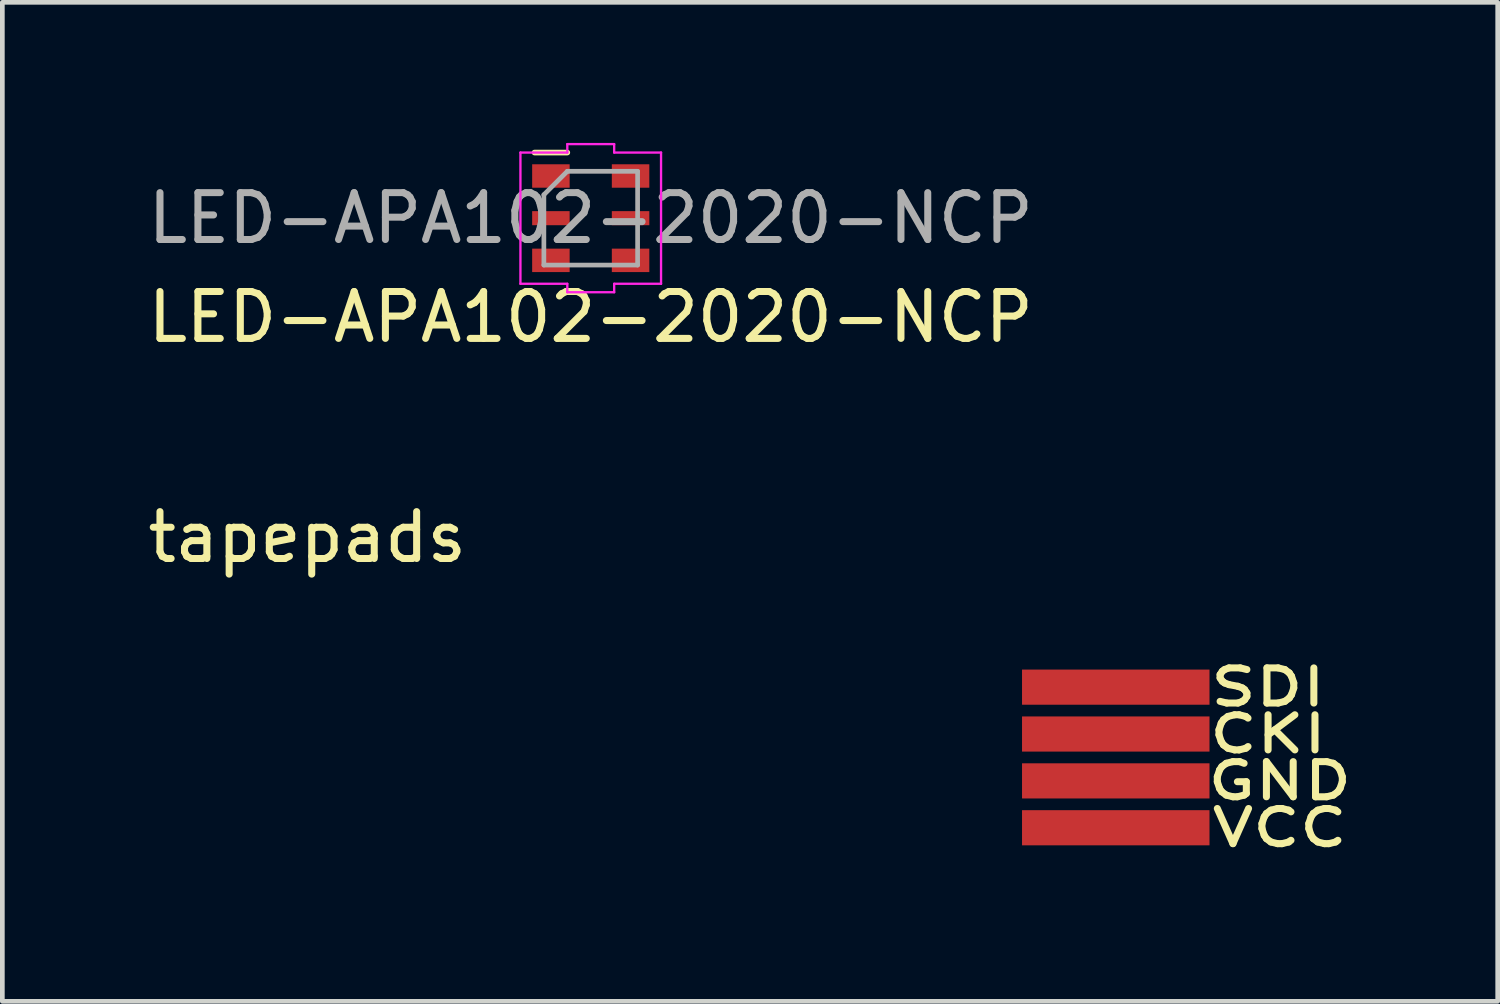
<source format=kicad_pcb>
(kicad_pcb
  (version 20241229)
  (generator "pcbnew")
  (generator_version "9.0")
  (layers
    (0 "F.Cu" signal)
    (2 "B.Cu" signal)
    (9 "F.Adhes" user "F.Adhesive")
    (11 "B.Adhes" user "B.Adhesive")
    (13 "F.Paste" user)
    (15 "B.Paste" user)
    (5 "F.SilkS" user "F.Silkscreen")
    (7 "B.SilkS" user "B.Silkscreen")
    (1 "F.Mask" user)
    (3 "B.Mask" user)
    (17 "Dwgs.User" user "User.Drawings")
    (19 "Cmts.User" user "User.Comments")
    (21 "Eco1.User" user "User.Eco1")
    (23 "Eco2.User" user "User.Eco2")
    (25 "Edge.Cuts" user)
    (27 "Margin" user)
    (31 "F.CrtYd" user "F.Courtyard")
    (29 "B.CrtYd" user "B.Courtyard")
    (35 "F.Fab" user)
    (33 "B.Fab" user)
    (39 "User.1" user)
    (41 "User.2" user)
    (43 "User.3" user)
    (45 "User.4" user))
  (footprint "tapepads"
    (layer "F.Cu")
    (at 3.506 11.111)
    (property "Reference" "tapepads" (at 0 -2.7 0) (layer "F.SilkS") (effects (font (size 1 1) (thickness 0.15))))
    (attr smd)
    (fp_text user "SDI" (at 20.5 0.5 0) (layer "F.SilkS") (effects (font (size 0.75 1) (thickness 0.15))))
    (fp_text user "GND" (at 20.75 2.5 0) (layer "F.SilkS") (effects (font (size 0.75 1) (thickness 0.15))))
    (fp_text user "CKI" (at 20.5 1.5 0) (layer "F.SilkS") (effects (font (size 0.75 1) (thickness 0.15))))
    (fp_text user "VCC" (at 20.75 3.5 0) (layer "F.SilkS") (effects (font (size 0.75 1) (thickness 0.15))))
    (pad "CKI" smd rect (at 17.25 1.5) (size 4 0.75) (layers "F.Cu" "F.Mask" "F.Paste"))
    (pad "GND" smd rect (at 17.25 2.5) (size 4 0.75) (layers "F.Cu" "F.Mask" "F.Paste"))
    (pad "SDI" smd rect (at 17.25 0.5) (size 4 0.75) (layers "F.Cu" "F.Mask" "F.Paste"))
    (pad "VCC" smd rect (at 17.25 3.5) (size 4 0.75) (layers "F.Cu" "F.Mask" "F.Paste")))
  (footprint "LED-APA102-2020-NCP"
    (layer "F.Cu")
    (at 9.554 1.605)
    (property "Reference" "LED-APA102-2020-NCP" (at 0 2.11 0) (layer "F.SilkS") (effects (font (size 1 1) (thickness 0.15))))
    (attr smd)
    (fp_line (start -1.2 -1.4) (end -0.5 -1.4) (stroke (width 0.12) (type solid)) (layer "F.SilkS"))
    (fp_line (start -1.5 -1.4) (end -1.5 1.4) (stroke (width 0.05) (type solid)) (layer "F.CrtYd"))
    (fp_line (start -1.5 -1.4) (end -0.5 -1.4) (stroke (width 0.05) (type solid)) (layer "F.CrtYd"))
    (fp_line (start -0.5 -1.58) (end 0.5 -1.58) (stroke (width 0.05) (type solid)) (layer "F.CrtYd"))
    (fp_line (start -0.5 -1.4) (end -0.5 -1.58) (stroke (width 0.05) (type solid)) (layer "F.CrtYd"))
    (fp_line (start -0.5 1.4) (end -1.5 1.4) (stroke (width 0.05) (type solid)) (layer "F.CrtYd"))
    (fp_line (start -0.5 1.4) (end -0.5 1.58) (stroke (width 0.05) (type solid)) (layer "F.CrtYd"))
    (fp_line (start -0.5 1.58) (end 0.5 1.58) (stroke (width 0.05) (type solid)) (layer "F.CrtYd"))
    (fp_line (start 0.5 -1.58) (end 0.5 -1.4) (stroke (width 0.05) (type solid)) (layer "F.CrtYd"))
    (fp_line (start 0.5 -1.4) (end 1.5 -1.4) (stroke (width 0.05) (type solid)) (layer "F.CrtYd"))
    (fp_line (start 0.5 1.58) (end 0.5 1.4) (stroke (width 0.05) (type solid)) (layer "F.CrtYd"))
    (fp_line (start 1.5 -1.4) (end 1.5 1.4) (stroke (width 0.05) (type solid)) (layer "F.CrtYd"))
    (fp_line (start 1.5 1.4) (end 0.5 1.4) (stroke (width 0.05) (type solid)) (layer "F.CrtYd"))
    (fp_line (start -1 1) (end -1 -0.5) (stroke (width 0.1) (type solid)) (layer "F.Fab"))
    (fp_line (start -0.5 -1) (end -1 -0.5) (stroke (width 0.1) (type solid)) (layer "F.Fab"))
    (fp_line (start -0.5 -1) (end 1 -1) (stroke (width 0.1) (type solid)) (layer "F.Fab"))
    (fp_line (start 1 -1) (end 1 1) (stroke (width 0.1) (type solid)) (layer "F.Fab"))
    (fp_line (start 1 1) (end -1 1) (stroke (width 0.1) (type solid)) (layer "F.Fab"))
    (fp_text user "${REFERENCE}" (at 0 0 0) (layer "F.Fab") (effects (font (size 1 1) (thickness 0.15))))
    (pad "CKI" smd rect (at -0.85 0) (size 0.8 0.3) (layers "F.Cu" "F.Mask" "F.Paste"))
    (pad "CKO" smd rect (at 0.85 0) (size 0.8 0.3) (layers "F.Cu" "F.Mask" "F.Paste"))
    (pad "GND" smd rect (at -0.85 0.9) (size 0.8 0.5) (layers "F.Cu" "F.Mask" "F.Paste"))
    (pad "SDI" smd rect (at -0.85 -0.9) (size 0.8 0.5) (layers "F.Cu" "F.Mask" "F.Paste"))
    (pad "SDO" smd rect (at 0.85 -0.9) (size 0.8 0.5) (layers "F.Cu" "F.Mask" "F.Paste"))
    (pad "VCC" smd rect (at 0.85 0.9) (size 0.8 0.5) (layers "F.Cu" "F.Mask" "F.Paste")))
  (gr_rect
    (start -3 -3)
    (end 28.905 18.314)
    (stroke (width 0.1) (type default))
    (fill no)
    (layer "Edge.Cuts")))
</source>
